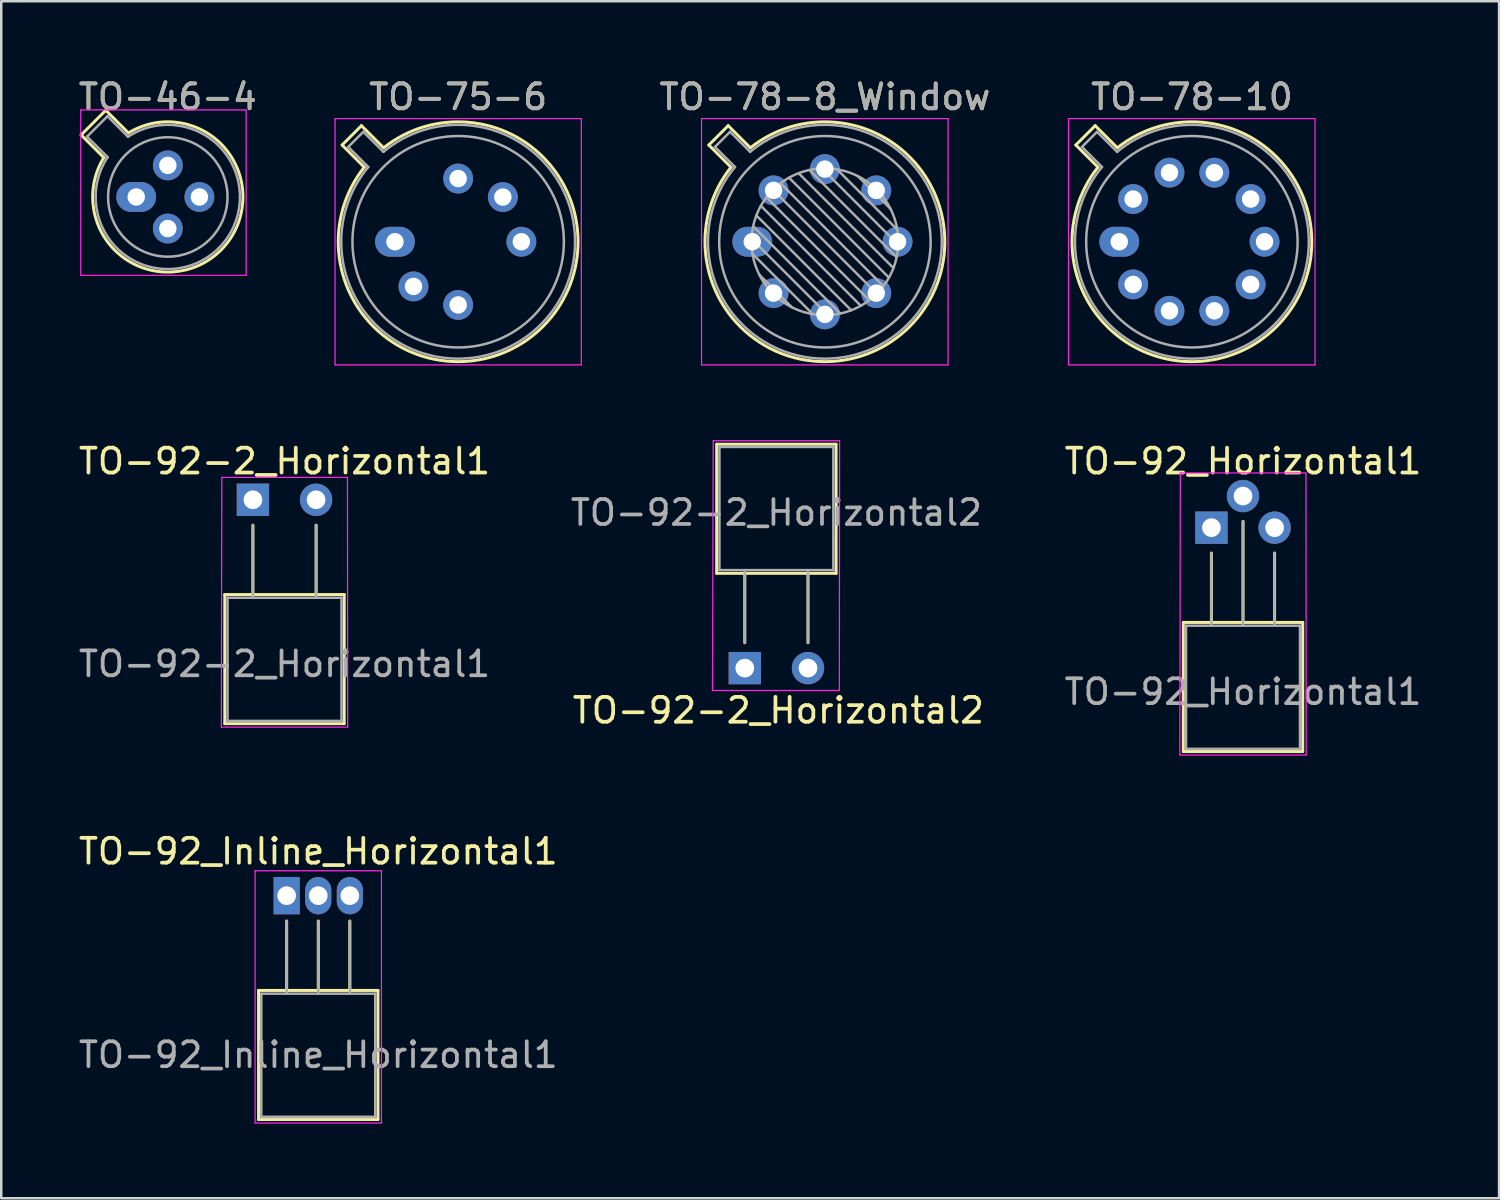
<source format=kicad_pcb>
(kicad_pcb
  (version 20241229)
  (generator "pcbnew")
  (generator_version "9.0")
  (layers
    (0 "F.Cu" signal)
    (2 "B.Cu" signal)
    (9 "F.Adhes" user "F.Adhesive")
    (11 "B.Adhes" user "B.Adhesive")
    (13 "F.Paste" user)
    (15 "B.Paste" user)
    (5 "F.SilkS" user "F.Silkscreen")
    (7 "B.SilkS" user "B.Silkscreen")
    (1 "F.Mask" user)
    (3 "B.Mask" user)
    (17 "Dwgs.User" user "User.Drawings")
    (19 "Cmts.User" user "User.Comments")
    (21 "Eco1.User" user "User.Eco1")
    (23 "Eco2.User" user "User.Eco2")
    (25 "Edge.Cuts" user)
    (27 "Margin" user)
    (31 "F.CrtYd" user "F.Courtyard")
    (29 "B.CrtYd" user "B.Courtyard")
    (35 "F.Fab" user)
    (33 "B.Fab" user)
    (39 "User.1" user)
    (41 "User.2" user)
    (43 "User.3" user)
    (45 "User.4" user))
  (footprint "TO-75-6"
    (layer "F.Cu")
    (at 12.828 6.668)
    (property "Reference" "TO-75-6" (at 2.54 -5.82 0) (layer "F.SilkS") (effects (font (size 1 1) (thickness 0.15))))
    (attr through_hole)
    (fp_line (start -2.126 -3.888) (end -1.235 -2.997) (stroke (width 0.12) (type solid)) (layer "F.SilkS"))
    (fp_line (start -1.348 -4.666) (end -2.126 -3.888) (stroke (width 0.12) (type solid)) (layer "F.SilkS"))
    (fp_line (start -0.457 -3.775) (end -1.348 -4.666) (stroke (width 0.12) (type solid)) (layer "F.SilkS"))
    (fp_arc (start -0.457084 -3.774902) (mid 5.948125 3.408384) (end -1.234674 -2.997371) (stroke (width 0.12) (type solid)) (layer "F.SilkS"))
    (fp_line (start -2.41 -4.95) (end -2.41 4.95) (stroke (width 0.05) (type solid)) (layer "F.CrtYd"))
    (fp_line (start -2.41 4.95) (end 7.49 4.95) (stroke (width 0.05) (type solid)) (layer "F.CrtYd"))
    (fp_line (start 7.49 -4.95) (end -2.41 -4.95) (stroke (width 0.05) (type solid)) (layer "F.CrtYd"))
    (fp_line (start 7.49 4.95) (end 7.49 -4.95) (stroke (width 0.05) (type solid)) (layer "F.CrtYd"))
    (fp_line (start -1.88 -3.812) (end -1.074 -3.005) (stroke (width 0.1) (type solid)) (layer "F.Fab"))
    (fp_line (start -1.272 -4.42) (end -1.88 -3.812) (stroke (width 0.1) (type solid)) (layer "F.Fab"))
    (fp_line (start -0.465 -3.614) (end -1.272 -4.42) (stroke (width 0.1) (type solid)) (layer "F.Fab"))
    (fp_arc (start -0.465408 -3.61352) (mid 5.863443 3.323361) (end -1.073594 -3.005319) (stroke (width 0.1) (type solid)) (layer "F.Fab"))
    (fp_circle (center 2.54 0) (end 6.79 0) (stroke (width 0.1) (type solid)) (fill no) (layer "F.Fab"))
    (fp_text user "${REFERENCE}" (at 2.54 -5.82 0) (layer "F.Fab") (effects (font (size 1 1) (thickness 0.15))))
    (pad "1" thru_hole oval (at 0 0) (size 1.6 1.2) (drill 0.7) (layers "*.Cu" "*.Mask"))
    (pad "2" thru_hole oval (at 0.744 1.796) (size 1.2 1.2) (drill 0.7) (layers "*.Cu" "*.Mask"))
    (pad "3" thru_hole oval (at 2.54 2.54) (size 1.2 1.2) (drill 0.7) (layers "*.Cu" "*.Mask"))
    (pad "4" thru_hole oval (at 5.08 0) (size 1.2 1.2) (drill 0.7) (layers "*.Cu" "*.Mask"))
    (pad "5" thru_hole oval (at 4.336 -1.796) (size 1.2 1.2) (drill 0.7) (layers "*.Cu" "*.Mask"))
    (pad "6" thru_hole oval (at 2.54 -2.54) (size 1.2 1.2) (drill 0.7) (layers "*.Cu" "*.Mask")))
  (footprint "TO-78-8_Window"
    (layer "F.Cu")
    (at 27.191 6.668)
    (property "Reference" "TO-78-8_Window" (at 2.92 -5.82 0) (layer "F.SilkS") (effects (font (size 1 1) (thickness 0.15))))
    (attr through_hole)
    (fp_line (start -1.746 -3.888) (end -0.855 -2.997) (stroke (width 0.12) (type solid)) (layer "F.SilkS"))
    (fp_line (start -0.968 -4.666) (end -1.746 -3.888) (stroke (width 0.12) (type solid)) (layer "F.SilkS"))
    (fp_line (start -0.077 -3.775) (end -0.968 -4.666) (stroke (width 0.12) (type solid)) (layer "F.SilkS"))
    (fp_arc (start -0.077084 -3.774902) (mid 6.328125 3.408384) (end -0.854674 -2.997371) (stroke (width 0.12) (type solid)) (layer "F.SilkS"))
    (fp_line (start -2.04 -4.95) (end -2.04 4.95) (stroke (width 0.05) (type solid)) (layer "F.CrtYd"))
    (fp_line (start -2.04 4.95) (end 7.87 4.95) (stroke (width 0.05) (type solid)) (layer "F.CrtYd"))
    (fp_line (start 7.87 -4.95) (end -2.04 -4.95) (stroke (width 0.05) (type solid)) (layer "F.CrtYd"))
    (fp_line (start 7.87 4.95) (end 7.87 -4.95) (stroke (width 0.05) (type solid)) (layer "F.CrtYd"))
    (fp_line (start -1.5 -3.812) (end -0.694 -3.005) (stroke (width 0.1) (type solid)) (layer "F.Fab"))
    (fp_line (start -0.892 -4.42) (end -1.5 -3.812) (stroke (width 0.1) (type solid)) (layer "F.Fab"))
    (fp_line (start -0.085 -3.614) (end -0.892 -4.42) (stroke (width 0.1) (type solid)) (layer "F.Fab"))
    (fp_line (start -0.028 -0.12) (end 3.04 2.948) (stroke (width 0.1) (type solid)) (layer "F.Fab"))
    (fp_line (start 0.009 0.485) (end 2.435 2.911) (stroke (width 0.1) (type solid)) (layer "F.Fab"))
    (fp_line (start 0.036 -0.622) (end 3.542 2.884) (stroke (width 0.1) (type solid)) (layer "F.Fab"))
    (fp_line (start 0.165 -1.058) (end 3.978 2.755) (stroke (width 0.1) (type solid)) (layer "F.Fab"))
    (fp_line (start 0.283 1.324) (end 1.596 2.637) (stroke (width 0.1) (type solid)) (layer "F.Fab"))
    (fp_line (start 0.346 -1.443) (end 4.363 2.574) (stroke (width 0.1) (type solid)) (layer "F.Fab"))
    (fp_line (start 0.57 -1.784) (end 4.704 2.35) (stroke (width 0.1) (type solid)) (layer "F.Fab"))
    (fp_line (start 0.834 -2.086) (end 5.006 2.086) (stroke (width 0.1) (type solid)) (layer "F.Fab"))
    (fp_line (start 1.136 -2.35) (end 5.27 1.784) (stroke (width 0.1) (type solid)) (layer "F.Fab"))
    (fp_line (start 1.477 -2.574) (end 5.494 1.443) (stroke (width 0.1) (type solid)) (layer "F.Fab"))
    (fp_line (start 1.862 -2.755) (end 5.675 1.058) (stroke (width 0.1) (type solid)) (layer "F.Fab"))
    (fp_line (start 2.298 -2.884) (end 5.804 0.622) (stroke (width 0.1) (type solid)) (layer "F.Fab"))
    (fp_line (start 2.8 -2.948) (end 5.868 0.12) (stroke (width 0.1) (type solid)) (layer "F.Fab"))
    (fp_line (start 3.405 -2.911) (end 5.831 -0.485) (stroke (width 0.1) (type solid)) (layer "F.Fab"))
    (fp_line (start 4.244 -2.637) (end 5.557 -1.324) (stroke (width 0.1) (type solid)) (layer "F.Fab"))
    (fp_arc (start -0.085408 -3.61352) (mid 6.243443 3.323361) (end -0.693594 -3.005319) (stroke (width 0.1) (type solid)) (layer "F.Fab"))
    (fp_circle (center 2.92 0) (end 5.87 0) (stroke (width 0.1) (type solid)) (fill no) (layer "F.Fab"))
    (fp_circle (center 2.92 0) (end 7.17 0) (stroke (width 0.1) (type solid)) (fill no) (layer "F.Fab"))
    (fp_text user "${REFERENCE}" (at 2.92 -5.82 0) (layer "F.Fab") (effects (font (size 1 1) (thickness 0.15))))
    (pad "1" thru_hole oval (at 0 0) (size 1.6 1.2) (drill 0.7) (layers "*.Cu" "*.Mask"))
    (pad "2" thru_hole oval (at 0.855 2.065) (size 1.2 1.2) (drill 0.7) (layers "*.Cu" "*.Mask"))
    (pad "3" thru_hole oval (at 2.92 2.92) (size 1.2 1.2) (drill 0.7) (layers "*.Cu" "*.Mask"))
    (pad "4" thru_hole oval (at 4.985 2.065) (size 1.2 1.2) (drill 0.7) (layers "*.Cu" "*.Mask"))
    (pad "5" thru_hole oval (at 5.84 0) (size 1.2 1.2) (drill 0.7) (layers "*.Cu" "*.Mask"))
    (pad "6" thru_hole oval (at 4.985 -2.065) (size 1.2 1.2) (drill 0.7) (layers "*.Cu" "*.Mask"))
    (pad "7" thru_hole oval (at 2.92 -2.92) (size 1.2 1.2) (drill 0.7) (layers "*.Cu" "*.Mask"))
    (pad "8" thru_hole oval (at 0.855 -2.065) (size 1.2 1.2) (drill 0.7) (layers "*.Cu" "*.Mask")))
  (footprint "TO-78-10"
    (layer "F.Cu")
    (at 41.944 6.668)
    (property "Reference" "TO-78-10" (at 2.92 -5.82 0) (layer "F.SilkS") (effects (font (size 1 1) (thickness 0.15))))
    (attr through_hole)
    (fp_line (start -1.746 -3.888) (end -0.855 -2.997) (stroke (width 0.12) (type solid)) (layer "F.SilkS"))
    (fp_line (start -0.968 -4.666) (end -1.746 -3.888) (stroke (width 0.12) (type solid)) (layer "F.SilkS"))
    (fp_line (start -0.077 -3.775) (end -0.968 -4.666) (stroke (width 0.12) (type solid)) (layer "F.SilkS"))
    (fp_arc (start -0.077084 -3.774902) (mid 6.328125 3.408384) (end -0.854674 -2.997371) (stroke (width 0.12) (type solid)) (layer "F.SilkS"))
    (fp_line (start -2.04 -4.95) (end -2.04 4.95) (stroke (width 0.05) (type solid)) (layer "F.CrtYd"))
    (fp_line (start -2.04 4.95) (end 7.87 4.95) (stroke (width 0.05) (type solid)) (layer "F.CrtYd"))
    (fp_line (start 7.87 -4.95) (end -2.04 -4.95) (stroke (width 0.05) (type solid)) (layer "F.CrtYd"))
    (fp_line (start 7.87 4.95) (end 7.87 -4.95) (stroke (width 0.05) (type solid)) (layer "F.CrtYd"))
    (fp_line (start -1.5 -3.812) (end -0.694 -3.005) (stroke (width 0.1) (type solid)) (layer "F.Fab"))
    (fp_line (start -0.892 -4.42) (end -1.5 -3.812) (stroke (width 0.1) (type solid)) (layer "F.Fab"))
    (fp_line (start -0.085 -3.614) (end -0.892 -4.42) (stroke (width 0.1) (type solid)) (layer "F.Fab"))
    (fp_arc (start -0.085408 -3.61352) (mid 6.243443 3.323361) (end -0.693594 -3.005319) (stroke (width 0.1) (type solid)) (layer "F.Fab"))
    (fp_circle (center 2.92 0) (end 7.17 0) (stroke (width 0.1) (type solid)) (fill no) (layer "F.Fab"))
    (fp_text user "${REFERENCE}" (at 2.92 -5.82 0) (layer "F.Fab") (effects (font (size 1 1) (thickness 0.15))))
    (pad "1" thru_hole oval (at 0 0) (size 1.6 1.2) (drill 0.7) (layers "*.Cu" "*.Mask"))
    (pad "2" thru_hole oval (at 0.558 1.716) (size 1.2 1.2) (drill 0.7) (layers "*.Cu" "*.Mask"))
    (pad "3" thru_hole oval (at 2.018 2.777) (size 1.2 1.2) (drill 0.7) (layers "*.Cu" "*.Mask"))
    (pad "4" thru_hole oval (at 3.822 2.777) (size 1.2 1.2) (drill 0.7) (layers "*.Cu" "*.Mask"))
    (pad "5" thru_hole oval (at 5.282 1.716) (size 1.2 1.2) (drill 0.7) (layers "*.Cu" "*.Mask"))
    (pad "6" thru_hole oval (at 5.84 0) (size 1.2 1.2) (drill 0.7) (layers "*.Cu" "*.Mask"))
    (pad "7" thru_hole oval (at 5.282 -1.716) (size 1.2 1.2) (drill 0.7) (layers "*.Cu" "*.Mask"))
    (pad "8" thru_hole oval (at 3.822 -2.777) (size 1.2 1.2) (drill 0.7) (layers "*.Cu" "*.Mask"))
    (pad "9" thru_hole oval (at 2.018 -2.777) (size 1.2 1.2) (drill 0.7) (layers "*.Cu" "*.Mask"))
    (pad "10" thru_hole oval (at 0.558 -1.716) (size 1.2 1.2) (drill 0.7) (layers "*.Cu" "*.Mask")))
  (footprint "TO-92_Inline_Horizontal1"
    (layer "F.Cu")
    (at 8.474 32.955)
    (property "Reference" "TO-92_Inline_Horizontal1" (at 1.27 -1.78 0) (layer "F.SilkS") (effects (font (size 1 1) (thickness 0.15))))
    (attr through_hole)
    (fp_line (start -1.13 3.81) (end 3.67 3.81) (stroke (width 0.12) (type solid)) (layer "F.SilkS"))
    (fp_line (start -1.13 9) (end -1.13 3.81) (stroke (width 0.12) (type solid)) (layer "F.SilkS"))
    (fp_line (start 0 1.02) (end 0 3.81) (stroke (width 0.12) (type solid)) (layer "F.SilkS"))
    (fp_line (start 1.27 1.02) (end 1.27 3.81) (stroke (width 0.12) (type solid)) (layer "F.SilkS"))
    (fp_line (start 2.54 1.02) (end 2.54 3.81) (stroke (width 0.12) (type solid)) (layer "F.SilkS"))
    (fp_line (start 3.67 3.81) (end 3.67 9) (stroke (width 0.12) (type solid)) (layer "F.SilkS"))
    (fp_line (start 3.67 9) (end -1.13 9) (stroke (width 0.12) (type solid)) (layer "F.SilkS"))
    (fp_line (start -1.27 -1) (end -1.27 9.14) (stroke (width 0.05) (type solid)) (layer "F.CrtYd"))
    (fp_line (start -1.27 -1) (end 3.81 -1) (stroke (width 0.05) (type solid)) (layer "F.CrtYd"))
    (fp_line (start 3.81 9.14) (end -1.27 9.14) (stroke (width 0.05) (type solid)) (layer "F.CrtYd"))
    (fp_line (start 3.81 9.14) (end 3.81 -1) (stroke (width 0.05) (type solid)) (layer "F.CrtYd"))
    (fp_line (start -1.02 3.94) (end 3.56 3.94) (stroke (width 0.1) (type solid)) (layer "F.Fab"))
    (fp_line (start -1.02 8.89) (end -1.02 3.94) (stroke (width 0.1) (type solid)) (layer "F.Fab"))
    (fp_line (start 0 3.94) (end 0 1.02) (stroke (width 0.1) (type solid)) (layer "F.Fab"))
    (fp_line (start 1.27 3.94) (end 1.27 1.02) (stroke (width 0.1) (type solid)) (layer "F.Fab"))
    (fp_line (start 2.54 3.94) (end 2.54 1.02) (stroke (width 0.1) (type solid)) (layer "F.Fab"))
    (fp_line (start 3.56 3.94) (end 3.56 8.89) (stroke (width 0.1) (type solid)) (layer "F.Fab"))
    (fp_line (start 3.56 8.89) (end -1.02 8.89) (stroke (width 0.1) (type solid)) (layer "F.Fab"))
    (fp_text user "${REFERENCE}" (at 1.27 6.4 0) (layer "F.Fab") (effects (font (size 1 1) (thickness 0.15))))
    (pad "1" thru_hole rect (at 0 0) (size 1.05 1.5) (drill 0.75) (layers "*.Cu" "*.Mask"))
    (pad "2" thru_hole oval (at 1.27 0) (size 1.05 1.5) (drill 0.75) (layers "*.Cu" "*.Mask"))
    (pad "3" thru_hole oval (at 2.54 0) (size 1.05 1.5) (drill 0.75) (layers "*.Cu" "*.Mask")))
  (footprint "TO-46-4"
    (layer "F.Cu")
    (at 2.426 4.868)
    (property "Reference" "TO-46-4" (at 1.27 -4.02 0) (layer "F.SilkS") (effects (font (size 1 1) (thickness 0.15))))
    (attr through_hole)
    (fp_line (start -2.214 -2.494) (end -1.302 -1.582) (stroke (width 0.12) (type solid)) (layer "F.SilkS"))
    (fp_line (start -1.224 -3.484) (end -2.214 -2.494) (stroke (width 0.12) (type solid)) (layer "F.SilkS"))
    (fp_line (start -0.312 -2.572) (end -1.224 -3.484) (stroke (width 0.12) (type solid)) (layer "F.SilkS"))
    (fp_arc (start -0.312331 -2.572281) (mid 3.405374 2.135551) (end -1.30215 -1.582544) (stroke (width 0.12) (type solid)) (layer "F.SilkS"))
    (fp_line (start -2.23 -3.5) (end -2.23 3.15) (stroke (width 0.05) (type solid)) (layer "F.CrtYd"))
    (fp_line (start -2.23 3.15) (end 4.42 3.15) (stroke (width 0.05) (type solid)) (layer "F.CrtYd"))
    (fp_line (start 4.42 -3.5) (end -2.23 -3.5) (stroke (width 0.05) (type solid)) (layer "F.CrtYd"))
    (fp_line (start 4.42 3.15) (end 4.42 -3.5) (stroke (width 0.05) (type solid)) (layer "F.CrtYd"))
    (fp_line (start -1.977 -2.426) (end -1.149 -1.599) (stroke (width 0.1) (type solid)) (layer "F.Fab"))
    (fp_line (start -1.156 -3.247) (end -1.977 -2.426) (stroke (width 0.1) (type solid)) (layer "F.Fab"))
    (fp_line (start -0.329 -2.419) (end -1.156 -3.247) (stroke (width 0.1) (type solid)) (layer "F.Fab"))
    (fp_arc (start -0.329057 -2.419301) (mid 3.321076 2.050143) (end -1.150029 -1.597956) (stroke (width 0.1) (type solid)) (layer "F.Fab"))
    (fp_circle (center 1.27 0) (end 3.67 0) (stroke (width 0.1) (type solid)) (fill no) (layer "F.Fab"))
    (fp_text user "${REFERENCE}" (at 1.27 -4.02 0) (layer "F.Fab") (effects (font (size 1 1) (thickness 0.15))))
    (pad "1" thru_hole oval (at 0 0) (size 1.6 1.2) (drill 0.7) (layers "*.Cu" "*.Mask"))
    (pad "2" thru_hole oval (at 1.27 1.27) (size 1.2 1.2) (drill 0.7) (layers "*.Cu" "*.Mask"))
    (pad "3" thru_hole oval (at 2.54 0) (size 1.2 1.2) (drill 0.7) (layers "*.Cu" "*.Mask"))
    (pad "4" thru_hole oval (at 1.27 -1.27) (size 1.2 1.2) (drill 0.7) (layers "*.Cu" "*.Mask")))
  (footprint "TO-92-2_Horizontal1"
    (layer "F.Cu")
    (at 7.117 17.041)
    (property "Reference" "TO-92-2_Horizontal1" (at 1.27 -1.55 0) (layer "F.SilkS") (effects (font (size 1 1) (thickness 0.15))))
    (attr through_hole)
    (fp_line (start -1.13 3.81) (end 3.67 3.81) (stroke (width 0.12) (type solid)) (layer "F.SilkS"))
    (fp_line (start -1.13 9) (end -1.13 3.81) (stroke (width 0.12) (type solid)) (layer "F.SilkS"))
    (fp_line (start 0 1.02) (end 0 3.81) (stroke (width 0.12) (type solid)) (layer "F.SilkS"))
    (fp_line (start 2.54 1.02) (end 2.54 3.81) (stroke (width 0.12) (type solid)) (layer "F.SilkS"))
    (fp_line (start 3.67 3.81) (end 3.67 9) (stroke (width 0.12) (type solid)) (layer "F.SilkS"))
    (fp_line (start 3.67 9) (end -1.13 9) (stroke (width 0.12) (type solid)) (layer "F.SilkS"))
    (fp_line (start -1.25 -0.9) (end -1.27 9.14) (stroke (width 0.05) (type solid)) (layer "F.CrtYd"))
    (fp_line (start -1.25 -0.9) (end 3.8 -0.9) (stroke (width 0.05) (type solid)) (layer "F.CrtYd"))
    (fp_line (start 3.81 9.14) (end -1.27 9.14) (stroke (width 0.05) (type solid)) (layer "F.CrtYd"))
    (fp_line (start 3.81 9.14) (end 3.8 -0.9) (stroke (width 0.05) (type solid)) (layer "F.CrtYd"))
    (fp_line (start -1.02 3.94) (end 3.56 3.94) (stroke (width 0.1) (type solid)) (layer "F.Fab"))
    (fp_line (start -1.02 8.89) (end -1.02 3.94) (stroke (width 0.1) (type solid)) (layer "F.Fab"))
    (fp_line (start 0 3.94) (end 0 1.02) (stroke (width 0.1) (type solid)) (layer "F.Fab"))
    (fp_line (start 2.54 3.94) (end 2.54 1.02) (stroke (width 0.1) (type solid)) (layer "F.Fab"))
    (fp_line (start 3.56 3.94) (end 3.56 8.89) (stroke (width 0.1) (type solid)) (layer "F.Fab"))
    (fp_line (start 3.56 8.89) (end -1.02 8.89) (stroke (width 0.1) (type solid)) (layer "F.Fab"))
    (fp_text user "${REFERENCE}" (at 1.27 6.6 0) (layer "F.Fab") (effects (font (size 1 1) (thickness 0.15))))
    (pad "1" thru_hole rect (at 0 0 90) (size 1.3 1.3) (drill 0.75) (layers "*.Cu" "*.Mask"))
    (pad "2" thru_hole circle (at 2.54 0 90) (size 1.3 1.3) (drill 0.75) (layers "*.Cu" "*.Mask")))
  (footprint "TO-92_Horizontal1"
    (layer "F.Cu")
    (at 45.649 18.162)
    (property "Reference" "TO-92_Horizontal1" (at 1.27 -2.67 0) (layer "F.SilkS") (effects (font (size 1 1) (thickness 0.15))))
    (attr through_hole)
    (fp_line (start -1.13 3.81) (end 3.67 3.81) (stroke (width 0.12) (type solid)) (layer "F.SilkS"))
    (fp_line (start -1.13 9) (end -1.13 3.81) (stroke (width 0.12) (type solid)) (layer "F.SilkS"))
    (fp_line (start 0 1.02) (end 0 3.81) (stroke (width 0.12) (type solid)) (layer "F.SilkS"))
    (fp_line (start 1.27 -0.25) (end 1.27 3.81) (stroke (width 0.12) (type solid)) (layer "F.SilkS"))
    (fp_line (start 2.54 1.02) (end 2.54 3.81) (stroke (width 0.12) (type solid)) (layer "F.SilkS"))
    (fp_line (start 3.67 3.81) (end 3.67 9) (stroke (width 0.12) (type solid)) (layer "F.SilkS"))
    (fp_line (start 3.67 9) (end -1.13 9) (stroke (width 0.12) (type solid)) (layer "F.SilkS"))
    (fp_line (start -1.25 -2.2) (end -1.27 9.14) (stroke (width 0.05) (type solid)) (layer "F.CrtYd"))
    (fp_line (start -1.25 -2.2) (end 3.8 -2.2) (stroke (width 0.05) (type solid)) (layer "F.CrtYd"))
    (fp_line (start 3.81 9.14) (end -1.27 9.14) (stroke (width 0.05) (type solid)) (layer "F.CrtYd"))
    (fp_line (start 3.81 9.14) (end 3.8 -2.2) (stroke (width 0.05) (type solid)) (layer "F.CrtYd"))
    (fp_line (start -1.02 3.94) (end 3.56 3.94) (stroke (width 0.1) (type solid)) (layer "F.Fab"))
    (fp_line (start -1.02 8.89) (end -1.02 3.94) (stroke (width 0.1) (type solid)) (layer "F.Fab"))
    (fp_line (start 0 3.94) (end 0 1.02) (stroke (width 0.1) (type solid)) (layer "F.Fab"))
    (fp_line (start 1.27 3.94) (end 1.27 -0.25) (stroke (width 0.1) (type solid)) (layer "F.Fab"))
    (fp_line (start 2.54 3.94) (end 2.54 1.02) (stroke (width 0.1) (type solid)) (layer "F.Fab"))
    (fp_line (start 3.56 3.94) (end 3.56 8.89) (stroke (width 0.1) (type solid)) (layer "F.Fab"))
    (fp_line (start 3.56 8.89) (end -1.02 8.89) (stroke (width 0.1) (type solid)) (layer "F.Fab"))
    (fp_text user "${REFERENCE}" (at 1.27 6.6 0) (layer "F.Fab") (effects (font (size 1 1) (thickness 0.15))))
    (pad "1" thru_hole rect (at 0 0 90) (size 1.3 1.3) (drill 0.75) (layers "*.Cu" "*.Mask"))
    (pad "2" thru_hole circle (at 1.27 -1.27 90) (size 1.3 1.3) (drill 0.75) (layers "*.Cu" "*.Mask"))
    (pad "3" thru_hole circle (at 2.54 0 90) (size 1.3 1.3) (drill 0.75) (layers "*.Cu" "*.Mask")))
  (footprint "TO-92-2_Horizontal2"
    (layer "F.Cu")
    (at 26.891 23.808)
    (property "Reference" "TO-92-2_Horizontal2" (at 1.35 1.7 0) (layer "F.SilkS") (effects (font (size 1 1) (thickness 0.15))))
    (attr through_hole)
    (fp_line (start -1.13 -9) (end -1.13 -3.81) (stroke (width 0.12) (type solid)) (layer "F.SilkS"))
    (fp_line (start -1.13 -3.81) (end 3.67 -3.81) (stroke (width 0.12) (type solid)) (layer "F.SilkS"))
    (fp_line (start 0 -1.02) (end 0 -3.81) (stroke (width 0.12) (type solid)) (layer "F.SilkS"))
    (fp_line (start 2.54 -1.02) (end 2.54 -3.81) (stroke (width 0.12) (type solid)) (layer "F.SilkS"))
    (fp_line (start 3.67 -9) (end -1.13 -9) (stroke (width 0.12) (type solid)) (layer "F.SilkS"))
    (fp_line (start 3.67 -3.81) (end 3.67 -9) (stroke (width 0.12) (type solid)) (layer "F.SilkS"))
    (fp_line (start -1.27 -9.14) (end -1.3 0.9) (stroke (width 0.05) (type solid)) (layer "F.CrtYd"))
    (fp_line (start -1.27 -9.14) (end 3.81 -9.14) (stroke (width 0.05) (type solid)) (layer "F.CrtYd"))
    (fp_line (start 3.8 0.9) (end -1.3 0.9) (stroke (width 0.05) (type solid)) (layer "F.CrtYd"))
    (fp_line (start 3.8 0.9) (end 3.81 -9.14) (stroke (width 0.05) (type solid)) (layer "F.CrtYd"))
    (fp_line (start -1.02 -8.89) (end -1.02 -3.94) (stroke (width 0.1) (type solid)) (layer "F.Fab"))
    (fp_line (start -1.02 -3.94) (end 3.56 -3.94) (stroke (width 0.1) (type solid)) (layer "F.Fab"))
    (fp_line (start 0 -3.94) (end 0 -1.02) (stroke (width 0.1) (type solid)) (layer "F.Fab"))
    (fp_line (start 2.54 -3.94) (end 2.54 -1.02) (stroke (width 0.1) (type solid)) (layer "F.Fab"))
    (fp_line (start 3.56 -8.89) (end -1.02 -8.89) (stroke (width 0.1) (type solid)) (layer "F.Fab"))
    (fp_line (start 3.56 -3.94) (end 3.56 -8.89) (stroke (width 0.1) (type solid)) (layer "F.Fab"))
    (fp_text user "${REFERENCE}" (at 1.27 -6.25 0) (layer "F.Fab") (effects (font (size 1 1) (thickness 0.15))))
    (pad "1" thru_hole rect (at 0 0 270) (size 1.3 1.3) (drill 0.75) (layers "*.Cu" "*.Mask"))
    (pad "2" thru_hole circle (at 2.54 0 270) (size 1.3 1.3) (drill 0.75) (layers "*.Cu" "*.Mask")))
  (gr_rect
    (start -3 -3)
    (end 57.211 45.12)
    (stroke (width 0.1) (type default))
    (fill no)
    (layer "Edge.Cuts")))
</source>
